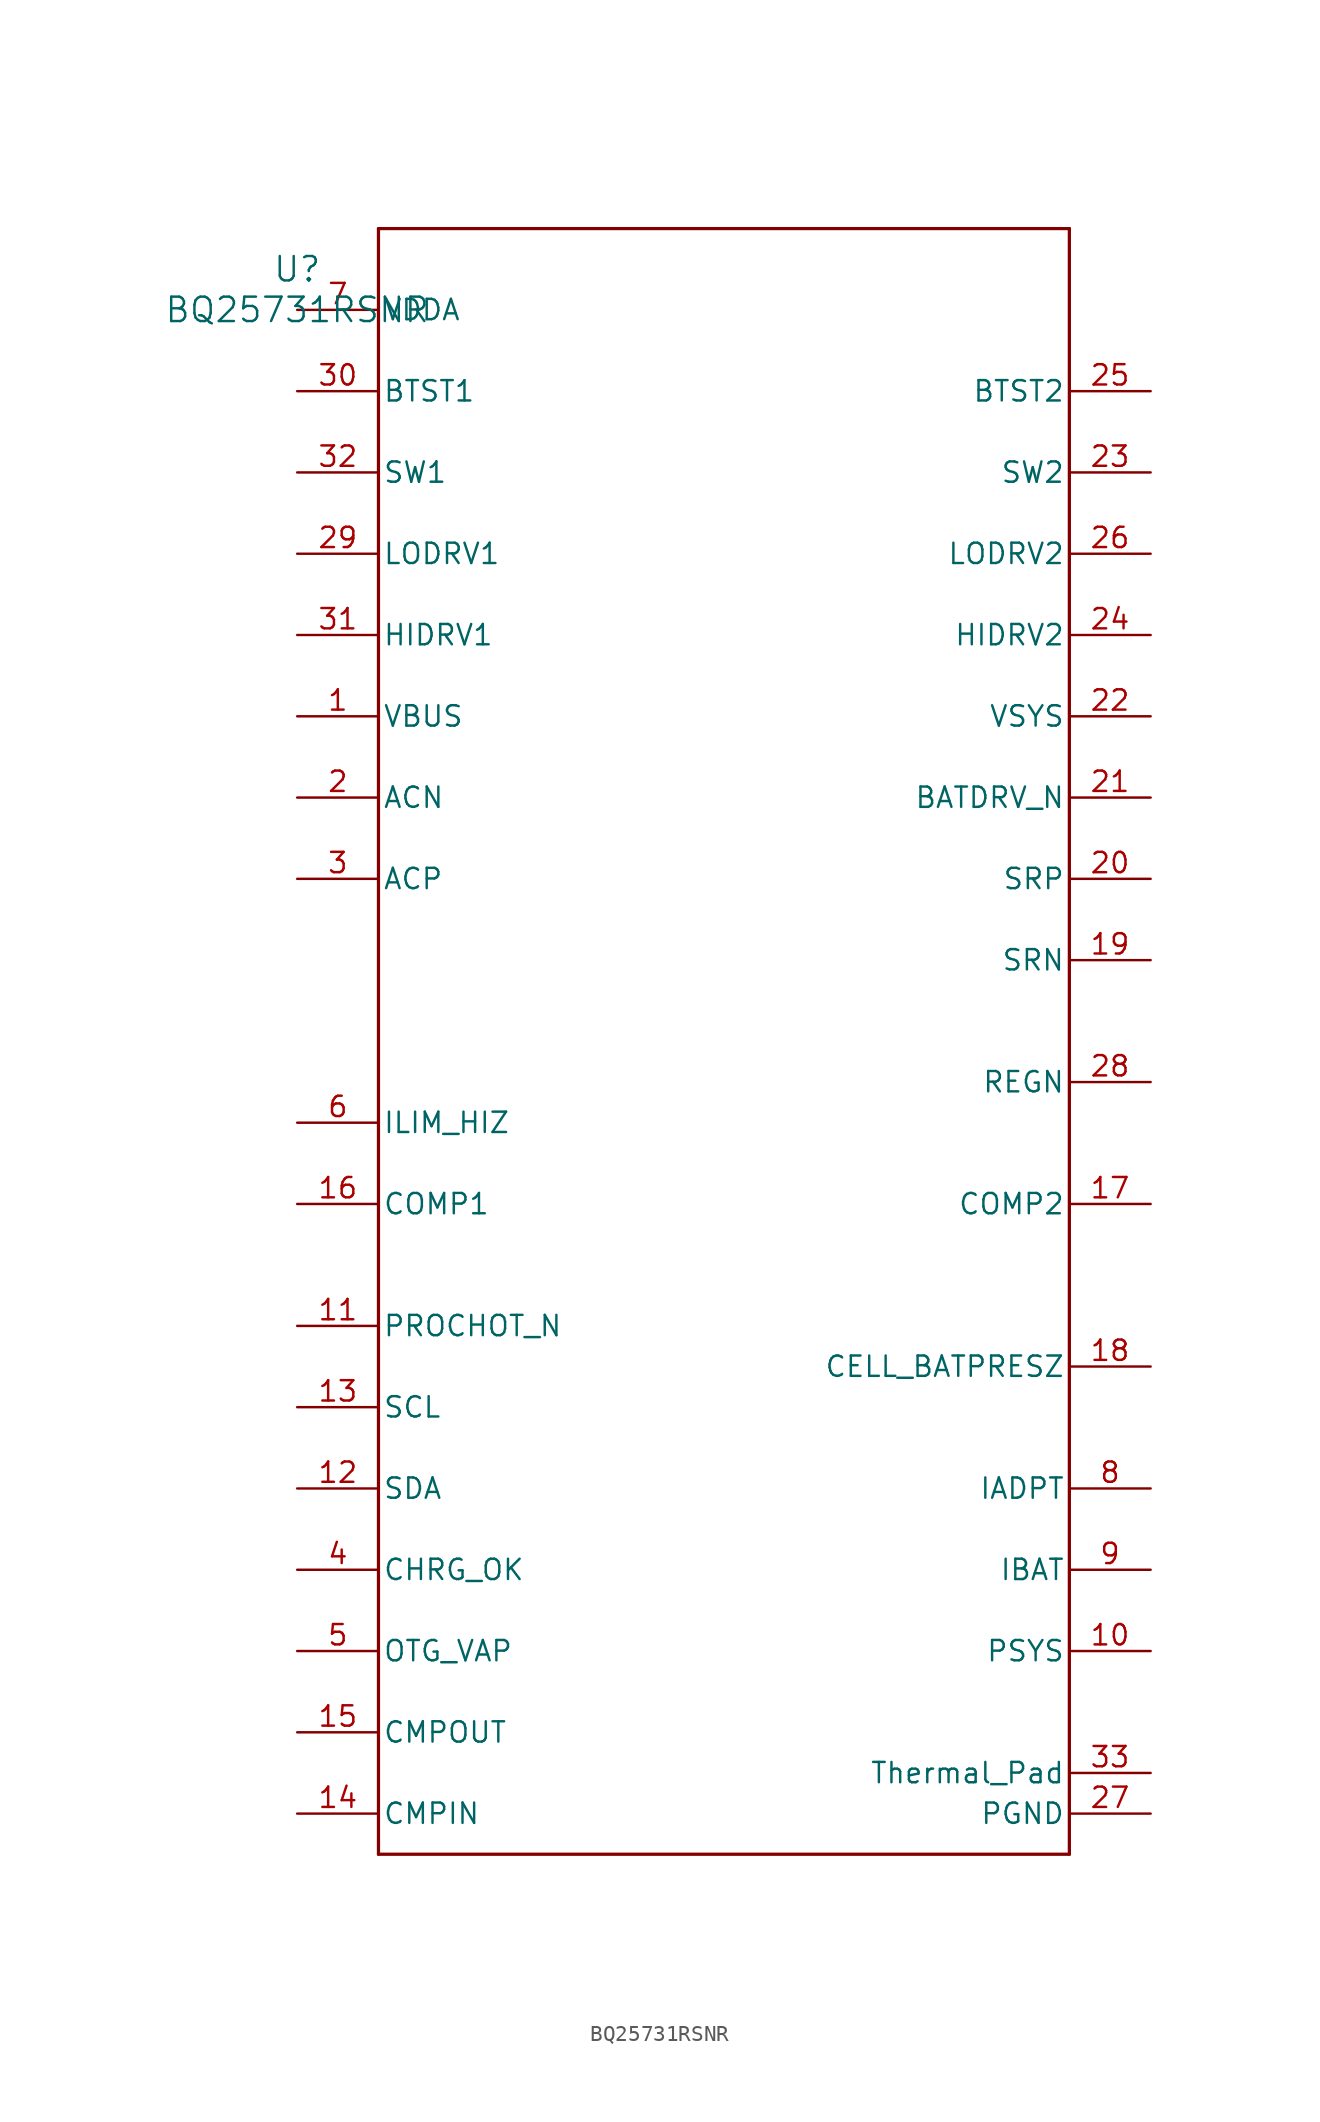
<source format=kicad_sym>
(kicad_symbol_lib
  (version 20241209)
  (generator "kicad_symbol_editor")
  (generator_version "9.0")
  (symbol "BQ25731RSNR"
    (pin_names
      (offset 0.254))
    (property "Reference" "U"
      (at 0 2.54 0)
      (effects (font (size 1.524 1.524))))
    (property "Value" "BQ25731RSNR"
      (at 0 0 0)
      (effects (font (size 1.524 1.524))))
    (property "ki_locked" ""
      (at 0 0 0)
      (effects (font (size 1.27 1.27))))
    (symbol "BQ25731RSNR_0_1"
      (polyline (pts (xy 5.08 5.08) (xy 5.08 -96.52)) (stroke (width 0.203) (type default)) (fill (type none)))
      (polyline (pts (xy 5.08 -96.52) (xy 48.26 -96.52)) (stroke (width 0.203) (type default)) (fill (type none)))
      (polyline (pts (xy 48.26 5.08) (xy 5.08 5.08)) (stroke (width 0.203) (type default)) (fill (type none)))
      (polyline (pts (xy 48.26 -96.52) (xy 48.26 5.08)) (stroke (width 0.203) (type default)) (fill (type none)))
      (pin unspecified line (at 0 0 0) (length 5.08) (name "VDDA" (effects (font (size 1.27 1.27)))) (number "7" (effects (font (size 1.27 1.27)))))
      (pin unspecified line (at 0 -5.08 0) (length 5.08) (name "BTST1" (effects (font (size 1.27 1.27)))) (number "30" (effects (font (size 1.27 1.27)))))
      (pin unspecified line (at 0 -10.16 0) (length 5.08) (name "SW1" (effects (font (size 1.27 1.27)))) (number "32" (effects (font (size 1.27 1.27)))))
      (pin unspecified line (at 0 -15.24 0) (length 5.08) (name "LODRV1" (effects (font (size 1.27 1.27)))) (number "29" (effects (font (size 1.27 1.27)))))
      (pin unspecified line (at 0 -20.32 0) (length 5.08) (name "HIDRV1" (effects (font (size 1.27 1.27)))) (number "31" (effects (font (size 1.27 1.27)))))
      (pin power_in line (at 0 -25.4 0) (length 5.08) (name "VBUS" (effects (font (size 1.27 1.27)))) (number "1" (effects (font (size 1.27 1.27)))))
      (pin unspecified line (at 0 -30.48 0) (length 5.08) (name "ACN" (effects (font (size 1.27 1.27)))) (number "2" (effects (font (size 1.27 1.27)))))
      (pin unspecified line (at 0 -35.56 0) (length 5.08) (name "ACP" (effects (font (size 1.27 1.27)))) (number "3" (effects (font (size 1.27 1.27)))))
      (pin unspecified line (at 0 -50.8 0) (length 5.08) (name "ILIM_HIZ" (effects (font (size 1.27 1.27)))) (number "6" (effects (font (size 1.27 1.27)))))
      (pin unspecified line (at 0 -55.88 0) (length 5.08) (name "COMP1" (effects (font (size 1.27 1.27)))) (number "16" (effects (font (size 1.27 1.27)))))
      (pin open_collector line (at 0 -63.5 0) (length 5.08) (name "PROCHOT_N" (effects (font (size 1.27 1.27)))) (number "11" (effects (font (size 1.27 1.27)))))
      (pin input line (at 0 -68.58 0) (length 5.08) (name "SCL" (effects (font (size 1.27 1.27)))) (number "13" (effects (font (size 1.27 1.27)))))
      (pin bidirectional line (at 0 -73.66 0) (length 5.08) (name "SDA" (effects (font (size 1.27 1.27)))) (number "12" (effects (font (size 1.27 1.27)))))
      (pin open_collector line (at 0 -78.74 0) (length 5.08) (name "CHRG_OK" (effects (font (size 1.27 1.27)))) (number "4" (effects (font (size 1.27 1.27)))))
      (pin unspecified line (at 0 -83.82 0) (length 5.08) (name "OTG_VAP" (effects (font (size 1.27 1.27)))) (number "5" (effects (font (size 1.27 1.27)))))
      (pin open_collector line (at 0 -88.9 0) (length 5.08) (name "CMPOUT" (effects (font (size 1.27 1.27)))) (number "15" (effects (font (size 1.27 1.27)))))
      (pin unspecified line (at 0 -93.98 0) (length 5.08) (name "CMPIN" (effects (font (size 1.27 1.27)))) (number "14" (effects (font (size 1.27 1.27)))))
      (pin unspecified line (at 53.34 -5.08 180) (length 5.08) (name "BTST2" (effects (font (size 1.27 1.27)))) (number "25" (effects (font (size 1.27 1.27)))))
      (pin unspecified line (at 53.34 -10.16 180) (length 5.08) (name "SW2" (effects (font (size 1.27 1.27)))) (number "23" (effects (font (size 1.27 1.27)))))
      (pin unspecified line (at 53.34 -15.24 180) (length 5.08) (name "LODRV2" (effects (font (size 1.27 1.27)))) (number "26" (effects (font (size 1.27 1.27)))))
      (pin unspecified line (at 53.34 -20.32 180) (length 5.08) (name "HIDRV2" (effects (font (size 1.27 1.27)))) (number "24" (effects (font (size 1.27 1.27)))))
      (pin unspecified line (at 53.34 -25.4 180) (length 5.08) (name "VSYS" (effects (font (size 1.27 1.27)))) (number "22" (effects (font (size 1.27 1.27)))))
      (pin unspecified line (at 53.34 -30.48 180) (length 5.08) (name "BATDRV_N" (effects (font (size 1.27 1.27)))) (number "21" (effects (font (size 1.27 1.27)))))
      (pin unspecified line (at 53.34 -35.56 180) (length 5.08) (name "SRP" (effects (font (size 1.27 1.27)))) (number "20" (effects (font (size 1.27 1.27)))))
      (pin unspecified line (at 53.34 -40.64 180) (length 5.08) (name "SRN" (effects (font (size 1.27 1.27)))) (number "19" (effects (font (size 1.27 1.27)))))
      (pin unspecified line (at 53.34 -48.26 180) (length 5.08) (name "REGN" (effects (font (size 1.27 1.27)))) (number "28" (effects (font (size 1.27 1.27)))))
      (pin unspecified line (at 53.34 -55.88 180) (length 5.08) (name "COMP2" (effects (font (size 1.27 1.27)))) (number "17" (effects (font (size 1.27 1.27)))))
      (pin unspecified line (at 53.34 -66.04 180) (length 5.08) (name "CELL_BATPRESZ" (effects (font (size 1.27 1.27)))) (number "18" (effects (font (size 1.27 1.27)))))
      (pin unspecified line (at 53.34 -73.66 180) (length 5.08) (name "IADPT" (effects (font (size 1.27 1.27)))) (number "8" (effects (font (size 1.27 1.27)))))
      (pin unspecified line (at 53.34 -78.74 180) (length 5.08) (name "IBAT" (effects (font (size 1.27 1.27)))) (number "9" (effects (font (size 1.27 1.27)))))
      (pin unspecified line (at 53.34 -83.82 180) (length 5.08) (name "PSYS" (effects (font (size 1.27 1.27)))) (number "10" (effects (font (size 1.27 1.27)))))
      (pin unspecified line (at 53.34 -91.44 180) (length 5.08) (name "Thermal_Pad" (effects (font (size 1.27 1.27)))) (number "33" (effects (font (size 1.27 1.27)))))
      (pin power_in line (at 53.34 -93.98 180) (length 5.08) (name "PGND" (effects (font (size 1.27 1.27)))) (number "27" (effects (font (size 1.27 1.27))))))))
</source>
